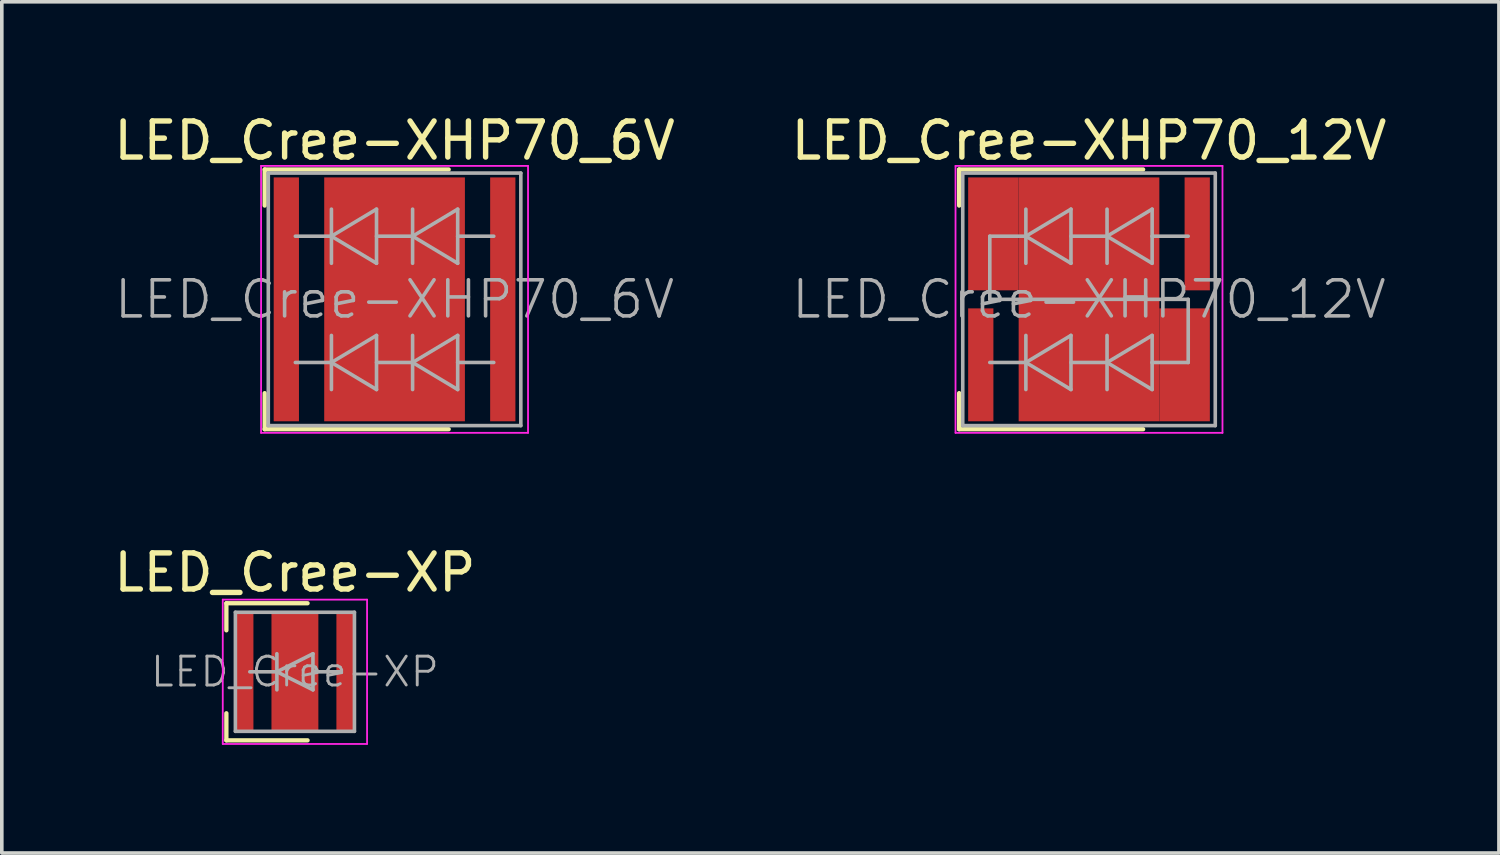
<source format=kicad_pcb>
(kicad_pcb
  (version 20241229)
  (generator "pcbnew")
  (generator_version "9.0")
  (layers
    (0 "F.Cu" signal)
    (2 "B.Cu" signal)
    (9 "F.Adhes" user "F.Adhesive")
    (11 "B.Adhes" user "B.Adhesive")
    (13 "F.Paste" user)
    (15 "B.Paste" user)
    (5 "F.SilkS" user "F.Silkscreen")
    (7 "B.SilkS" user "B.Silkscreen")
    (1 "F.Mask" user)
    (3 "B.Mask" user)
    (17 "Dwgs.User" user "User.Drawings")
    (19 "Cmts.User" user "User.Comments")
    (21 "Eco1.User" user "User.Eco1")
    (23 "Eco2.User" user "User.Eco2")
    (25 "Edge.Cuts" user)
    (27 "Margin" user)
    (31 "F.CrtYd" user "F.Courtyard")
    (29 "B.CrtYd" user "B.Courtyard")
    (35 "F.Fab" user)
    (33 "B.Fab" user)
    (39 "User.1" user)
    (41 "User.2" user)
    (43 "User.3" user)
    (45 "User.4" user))
  (footprint "LED_Cree-XP"
    (layer "F.Cu")
    (at 5.125 15.572)
    (property "Reference" "LED_Cree-XP" (at 0 -2.75 0) (layer "F.SilkS") (effects (font (size 1 1) (thickness 0.15))))
    (attr smd)
    (fp_line (start -1.9 -1.9) (end -1.9 -1.15) (stroke (width 0.12) (type solid)) (layer "F.SilkS"))
    (fp_line (start -1.9 1.9) (end -1.9 1.15) (stroke (width 0.12) (type solid)) (layer "F.SilkS"))
    (fp_line (start 0.35 -1.9) (end -1.9 -1.9) (stroke (width 0.12) (type solid)) (layer "F.SilkS"))
    (fp_line (start 0.35 1.9) (end -1.9 1.9) (stroke (width 0.12) (type solid)) (layer "F.SilkS"))
    (fp_line (start -2 -2) (end 2 -2) (stroke (width 0.05) (type solid)) (layer "F.CrtYd"))
    (fp_line (start -2 2) (end -2 -2) (stroke (width 0.05) (type solid)) (layer "F.CrtYd"))
    (fp_line (start 2 -2) (end 2 2) (stroke (width 0.05) (type solid)) (layer "F.CrtYd"))
    (fp_line (start 2 2) (end -2 2) (stroke (width 0.05) (type solid)) (layer "F.CrtYd"))
    (fp_line (start -1.65 -1.65) (end 1.65 -1.65) (stroke (width 0.1) (type solid)) (layer "F.Fab"))
    (fp_line (start -1.65 1.65) (end -1.65 -1.65) (stroke (width 0.1) (type solid)) (layer "F.Fab"))
    (fp_line (start -1.25 0) (end -0.5 0) (stroke (width 0.1) (type solid)) (layer "F.Fab"))
    (fp_line (start -0.5 -0.5) (end -0.5 0.5) (stroke (width 0.1) (type solid)) (layer "F.Fab"))
    (fp_line (start -0.5 0) (end 0.5 -0.5) (stroke (width 0.1) (type solid)) (layer "F.Fab"))
    (fp_line (start 0.5 -0.5) (end 0.5 0.5) (stroke (width 0.1) (type solid)) (layer "F.Fab"))
    (fp_line (start 0.5 0.5) (end -0.5 0) (stroke (width 0.1) (type solid)) (layer "F.Fab"))
    (fp_line (start 1.25 0) (end 0.5 0) (stroke (width 0.1) (type solid)) (layer "F.Fab"))
    (fp_line (start 1.65 -1.65) (end 1.65 1.65) (stroke (width 0.1) (type solid)) (layer "F.Fab"))
    (fp_line (start 1.65 1.65) (end -1.65 1.65) (stroke (width 0.1) (type solid)) (layer "F.Fab"))
    (fp_text user "${REFERENCE}" (at 0 0 0) (layer "F.Fab") (effects (font (size 0.8 0.8) (thickness 0.08))))
    (pad "" smd rect (at 0 -1) (size 1.01 0.75) (layers "F.Paste"))
    (pad "" smd rect (at 0 0) (size 1.01 0.75) (layers "F.Paste"))
    (pad "" smd rect (at 0 1) (size 1.01 0.75) (layers "F.Paste"))
    (pad "1" smd rect (at -1.4 0) (size 0.5 3.3) (layers "F.Cu" "F.Mask" "F.Paste"))
    (pad "2" smd rect (at 1.4 0) (size 0.5 3.3) (layers "F.Cu" "F.Mask" "F.Paste"))
    (pad "3" smd rect (at 0 0) (size 1.3 3.3) (layers "F.Cu" "F.Mask")))
  (footprint "LED_Cree-XHP70_6V"
    (layer "F.Cu")
    (at 7.887 5.248)
    (property "Reference" "LED_Cree-XHP70_6V" (at 0 -4.4 0) (layer "F.SilkS") (effects (font (size 1 1) (thickness 0.15))))
    (attr smd)
    (fp_line (start -3.6 -3.6) (end -3.6 -2.6) (stroke (width 0.12) (type solid)) (layer "F.SilkS"))
    (fp_line (start -3.6 3.6) (end -3.6 2.6) (stroke (width 0.12) (type solid)) (layer "F.SilkS"))
    (fp_line (start 1.5 -3.6) (end -3.6 -3.6) (stroke (width 0.12) (type solid)) (layer "F.SilkS"))
    (fp_line (start 1.5 3.6) (end -3.6 3.6) (stroke (width 0.12) (type solid)) (layer "F.SilkS"))
    (fp_line (start -3.7 -3.7) (end -3.7 3.7) (stroke (width 0.05) (type solid)) (layer "F.CrtYd"))
    (fp_line (start -3.7 3.7) (end 3.7 3.7) (stroke (width 0.05) (type solid)) (layer "F.CrtYd"))
    (fp_line (start 3.7 -3.7) (end -3.7 -3.7) (stroke (width 0.05) (type solid)) (layer "F.CrtYd"))
    (fp_line (start 3.7 3.7) (end 3.7 -3.7) (stroke (width 0.05) (type solid)) (layer "F.CrtYd"))
    (fp_line (start -3.5 -3.5) (end -3.5 3.5) (stroke (width 0.1) (type solid)) (layer "F.Fab"))
    (fp_line (start -3.5 3.5) (end 3.5 3.5) (stroke (width 0.1) (type solid)) (layer "F.Fab"))
    (fp_line (start -2.75 -1.75) (end -1.75 -1.75) (stroke (width 0.1) (type solid)) (layer "F.Fab"))
    (fp_line (start -2.75 1.75) (end -1.75 1.75) (stroke (width 0.1) (type solid)) (layer "F.Fab"))
    (fp_line (start -1.75 -1.75) (end -1.75 -2.5) (stroke (width 0.1) (type solid)) (layer "F.Fab"))
    (fp_line (start -1.75 -1.75) (end -1.75 -1) (stroke (width 0.1) (type solid)) (layer "F.Fab"))
    (fp_line (start -1.75 -1.75) (end -0.5 -1) (stroke (width 0.1) (type solid)) (layer "F.Fab"))
    (fp_line (start -1.75 1.75) (end -1.75 1) (stroke (width 0.1) (type solid)) (layer "F.Fab"))
    (fp_line (start -1.75 1.75) (end -1.75 2.5) (stroke (width 0.1) (type solid)) (layer "F.Fab"))
    (fp_line (start -1.75 1.75) (end -0.5 2.5) (stroke (width 0.1) (type solid)) (layer "F.Fab"))
    (fp_line (start -0.5 -2.5) (end -1.75 -1.75) (stroke (width 0.1) (type solid)) (layer "F.Fab"))
    (fp_line (start -0.5 -1.75) (end 0.5 -1.75) (stroke (width 0.1) (type solid)) (layer "F.Fab"))
    (fp_line (start -0.5 -1) (end -0.5 -2.5) (stroke (width 0.1) (type solid)) (layer "F.Fab"))
    (fp_line (start -0.5 1) (end -1.75 1.75) (stroke (width 0.1) (type solid)) (layer "F.Fab"))
    (fp_line (start -0.5 1.75) (end 0.5 1.75) (stroke (width 0.1) (type solid)) (layer "F.Fab"))
    (fp_line (start -0.5 2.5) (end -0.5 1) (stroke (width 0.1) (type solid)) (layer "F.Fab"))
    (fp_line (start 0.5 -2.5) (end 0.5 -1) (stroke (width 0.1) (type solid)) (layer "F.Fab"))
    (fp_line (start 0.5 -1.75) (end 1.75 -2.5) (stroke (width 0.1) (type solid)) (layer "F.Fab"))
    (fp_line (start 0.5 1) (end 0.5 2.5) (stroke (width 0.1) (type solid)) (layer "F.Fab"))
    (fp_line (start 0.5 1.75) (end 1.75 1) (stroke (width 0.1) (type solid)) (layer "F.Fab"))
    (fp_line (start 1.75 -1.75) (end 1.75 -2.5) (stroke (width 0.1) (type solid)) (layer "F.Fab"))
    (fp_line (start 1.75 -1.75) (end 1.75 -1) (stroke (width 0.1) (type solid)) (layer "F.Fab"))
    (fp_line (start 1.75 -1) (end 0.5 -1.75) (stroke (width 0.1) (type solid)) (layer "F.Fab"))
    (fp_line (start 1.75 1.75) (end 1.75 1) (stroke (width 0.1) (type solid)) (layer "F.Fab"))
    (fp_line (start 1.75 1.75) (end 1.75 2.5) (stroke (width 0.1) (type solid)) (layer "F.Fab"))
    (fp_line (start 1.75 2.5) (end 0.5 1.75) (stroke (width 0.1) (type solid)) (layer "F.Fab"))
    (fp_line (start 2.75 -1.75) (end 1.75 -1.75) (stroke (width 0.1) (type solid)) (layer "F.Fab"))
    (fp_line (start 2.75 1.75) (end 1.75 1.75) (stroke (width 0.1) (type solid)) (layer "F.Fab"))
    (fp_line (start 3.5 -3.5) (end -3.5 -3.5) (stroke (width 0.1) (type solid)) (layer "F.Fab"))
    (fp_line (start 3.5 3.5) (end 3.5 -3.5) (stroke (width 0.1) (type solid)) (layer "F.Fab"))
    (fp_text user "${REFERENCE}" (at 0 0 0) (layer "F.Fab") (effects (font (size 1 1) (thickness 0.1))))
    (pad "" smd rect (at -3 -1.815) (size 0.7 3.13) (layers "F.Paste"))
    (pad "" smd rect (at -3 1.815) (size 0.7 3.13) (layers "F.Paste"))
    (pad "" smd rect (at -0.77 -2.31) (size 1.29 1.29) (layers "F.Paste"))
    (pad "" smd rect (at -0.77 -0.77) (size 1.29 1.29) (layers "F.Paste"))
    (pad "" smd rect (at -0.77 0.77) (size 1.29 1.29) (layers "F.Paste"))
    (pad "" smd rect (at -0.77 2.31) (size 1.29 1.29) (layers "F.Paste"))
    (pad "" smd rect (at 0.77 -2.31) (size 1.29 1.29) (layers "F.Paste"))
    (pad "" smd rect (at 0.77 -0.77) (size 1.29 1.29) (layers "F.Paste"))
    (pad "" smd rect (at 0.77 0.77) (size 1.29 1.29) (layers "F.Paste"))
    (pad "" smd rect (at 0.77 2.31) (size 1.29 1.29) (layers "F.Paste"))
    (pad "" smd rect (at 3 -1.815) (size 0.7 3.13) (layers "F.Paste"))
    (pad "" smd rect (at 3 1.815) (size 0.7 3.13) (layers "F.Paste"))
    (pad "1" smd rect (at -3 0) (size 0.7 6.76) (layers "F.Cu" "F.Mask"))
    (pad "2" smd rect (at 3 0) (size 0.7 6.76) (layers "F.Cu" "F.Mask"))
    (pad "3" smd rect (at 0 0) (size 3.9 6.76) (layers "F.Cu" "F.Mask")))
  (footprint "LED_Cree-XHP70_12V"
    (layer "F.Cu")
    (at 27.137 5.248)
    (property "Reference" "LED_Cree-XHP70_12V" (at 0 -4.4 0) (layer "F.SilkS") (effects (font (size 1 1) (thickness 0.15))))
    (attr smd)
    (fp_line (start -3.6 -3.6) (end -3.6 -2.6) (stroke (width 0.12) (type solid)) (layer "F.SilkS"))
    (fp_line (start -3.6 3.6) (end -3.6 2.6) (stroke (width 0.12) (type solid)) (layer "F.SilkS"))
    (fp_line (start 1.5 -3.6) (end -3.6 -3.6) (stroke (width 0.12) (type solid)) (layer "F.SilkS"))
    (fp_line (start 1.5 3.6) (end -3.6 3.6) (stroke (width 0.12) (type solid)) (layer "F.SilkS"))
    (fp_line (start -3.7 -3.7) (end -3.7 3.7) (stroke (width 0.05) (type solid)) (layer "F.CrtYd"))
    (fp_line (start -3.7 3.7) (end 3.7 3.7) (stroke (width 0.05) (type solid)) (layer "F.CrtYd"))
    (fp_line (start 3.7 -3.7) (end -3.7 -3.7) (stroke (width 0.05) (type solid)) (layer "F.CrtYd"))
    (fp_line (start 3.7 3.7) (end 3.7 -3.7) (stroke (width 0.05) (type solid)) (layer "F.CrtYd"))
    (fp_line (start -3.5 -3.5) (end -3.5 3.5) (stroke (width 0.1) (type solid)) (layer "F.Fab"))
    (fp_line (start -3.5 3.5) (end 3.5 3.5) (stroke (width 0.1) (type solid)) (layer "F.Fab"))
    (fp_line (start -2.75 -1.75) (end -2.75 0) (stroke (width 0.1) (type solid)) (layer "F.Fab"))
    (fp_line (start -2.75 -1.75) (end -1.75 -1.75) (stroke (width 0.1) (type solid)) (layer "F.Fab"))
    (fp_line (start -2.75 0) (end 2.75 0) (stroke (width 0.1) (type solid)) (layer "F.Fab"))
    (fp_line (start -2.75 1.75) (end -1.75 1.75) (stroke (width 0.1) (type solid)) (layer "F.Fab"))
    (fp_line (start -1.75 -1.75) (end -1.75 -2.5) (stroke (width 0.1) (type solid)) (layer "F.Fab"))
    (fp_line (start -1.75 -1.75) (end -1.75 -1) (stroke (width 0.1) (type solid)) (layer "F.Fab"))
    (fp_line (start -1.75 -1.75) (end -0.5 -1) (stroke (width 0.1) (type solid)) (layer "F.Fab"))
    (fp_line (start -1.75 1.75) (end -1.75 1) (stroke (width 0.1) (type solid)) (layer "F.Fab"))
    (fp_line (start -1.75 1.75) (end -1.75 2.5) (stroke (width 0.1) (type solid)) (layer "F.Fab"))
    (fp_line (start -1.75 1.75) (end -0.5 2.5) (stroke (width 0.1) (type solid)) (layer "F.Fab"))
    (fp_line (start -0.5 -2.5) (end -1.75 -1.75) (stroke (width 0.1) (type solid)) (layer "F.Fab"))
    (fp_line (start -0.5 -1.75) (end 0.5 -1.75) (stroke (width 0.1) (type solid)) (layer "F.Fab"))
    (fp_line (start -0.5 -1) (end -0.5 -2.5) (stroke (width 0.1) (type solid)) (layer "F.Fab"))
    (fp_line (start -0.5 1) (end -1.75 1.75) (stroke (width 0.1) (type solid)) (layer "F.Fab"))
    (fp_line (start -0.5 1.75) (end 0.5 1.75) (stroke (width 0.1) (type solid)) (layer "F.Fab"))
    (fp_line (start -0.5 2.5) (end -0.5 1) (stroke (width 0.1) (type solid)) (layer "F.Fab"))
    (fp_line (start 0.5 -2.5) (end 0.5 -1) (stroke (width 0.1) (type solid)) (layer "F.Fab"))
    (fp_line (start 0.5 -1.75) (end 1.75 -2.5) (stroke (width 0.1) (type solid)) (layer "F.Fab"))
    (fp_line (start 0.5 1) (end 0.5 2.5) (stroke (width 0.1) (type solid)) (layer "F.Fab"))
    (fp_line (start 0.5 1.75) (end 1.75 1) (stroke (width 0.1) (type solid)) (layer "F.Fab"))
    (fp_line (start 1.75 -1.75) (end 1.75 -2.5) (stroke (width 0.1) (type solid)) (layer "F.Fab"))
    (fp_line (start 1.75 -1.75) (end 1.75 -1) (stroke (width 0.1) (type solid)) (layer "F.Fab"))
    (fp_line (start 1.75 -1) (end 0.5 -1.75) (stroke (width 0.1) (type solid)) (layer "F.Fab"))
    (fp_line (start 1.75 1.75) (end 1.75 1) (stroke (width 0.1) (type solid)) (layer "F.Fab"))
    (fp_line (start 1.75 1.75) (end 1.75 2.5) (stroke (width 0.1) (type solid)) (layer "F.Fab"))
    (fp_line (start 1.75 2.5) (end 0.5 1.75) (stroke (width 0.1) (type solid)) (layer "F.Fab"))
    (fp_line (start 2.75 -1.75) (end 1.75 -1.75) (stroke (width 0.1) (type solid)) (layer "F.Fab"))
    (fp_line (start 2.75 0) (end 2.75 1.75) (stroke (width 0.1) (type solid)) (layer "F.Fab"))
    (fp_line (start 2.75 1.75) (end 1.75 1.75) (stroke (width 0.1) (type solid)) (layer "F.Fab"))
    (fp_line (start 3.5 -3.5) (end -3.5 -3.5) (stroke (width 0.1) (type solid)) (layer "F.Fab"))
    (fp_line (start 3.5 3.5) (end 3.5 -3.5) (stroke (width 0.1) (type solid)) (layer "F.Fab"))
    (fp_text user "${REFERENCE}" (at 0 0 0) (layer "F.Fab") (effects (font (size 1 1) (thickness 0.1))))
    (pad "" smd rect (at -3 -1.815) (size 0.7 3.13) (layers "F.Paste"))
    (pad "" smd rect (at -0.77 -2.31) (size 1.29 1.29) (layers "F.Paste"))
    (pad "" smd rect (at -0.77 -0.77) (size 1.29 1.29) (layers "F.Paste"))
    (pad "" smd rect (at -0.77 0.77) (size 1.29 1.29) (layers "F.Paste"))
    (pad "" smd rect (at -0.77 2.31) (size 1.29 1.29) (layers "F.Paste"))
    (pad "" smd rect (at 0.77 -2.31) (size 1.29 1.29) (layers "F.Paste"))
    (pad "" smd rect (at 0.77 -0.77) (size 1.29 1.29) (layers "F.Paste"))
    (pad "" smd rect (at 0.77 0.77) (size 1.29 1.29) (layers "F.Paste"))
    (pad "" smd rect (at 0.77 2.31) (size 1.29 1.29) (layers "F.Paste"))
    (pad "" smd rect (at 3 1.815) (size 0.7 3.13) (layers "F.Paste"))
    (pad "1" smd rect (at -3 1.815) (size 0.7 3.13) (layers "F.Cu" "F.Mask" "F.Paste"))
    (pad "2" smd rect (at 3 -1.815) (size 0.7 3.13) (layers "F.Cu" "F.Mask" "F.Paste"))
    (pad "3" smd rect (at -2.65 -1.815) (size 1.4 3.13) (layers "F.Cu" "F.Mask"))
    (pad "3" smd rect (at 0 0) (size 3.9 6.76) (layers "F.Cu" "F.Mask"))
    (pad "3" smd rect (at 2.65 1.815) (size 1.4 3.13) (layers "F.Cu" "F.Mask")))
  (gr_rect
    (start -3 -3)
    (end 38.5 20.596)
    (stroke (width 0.1) (type default))
    (fill no)
    (layer "Edge.Cuts")))
</source>
